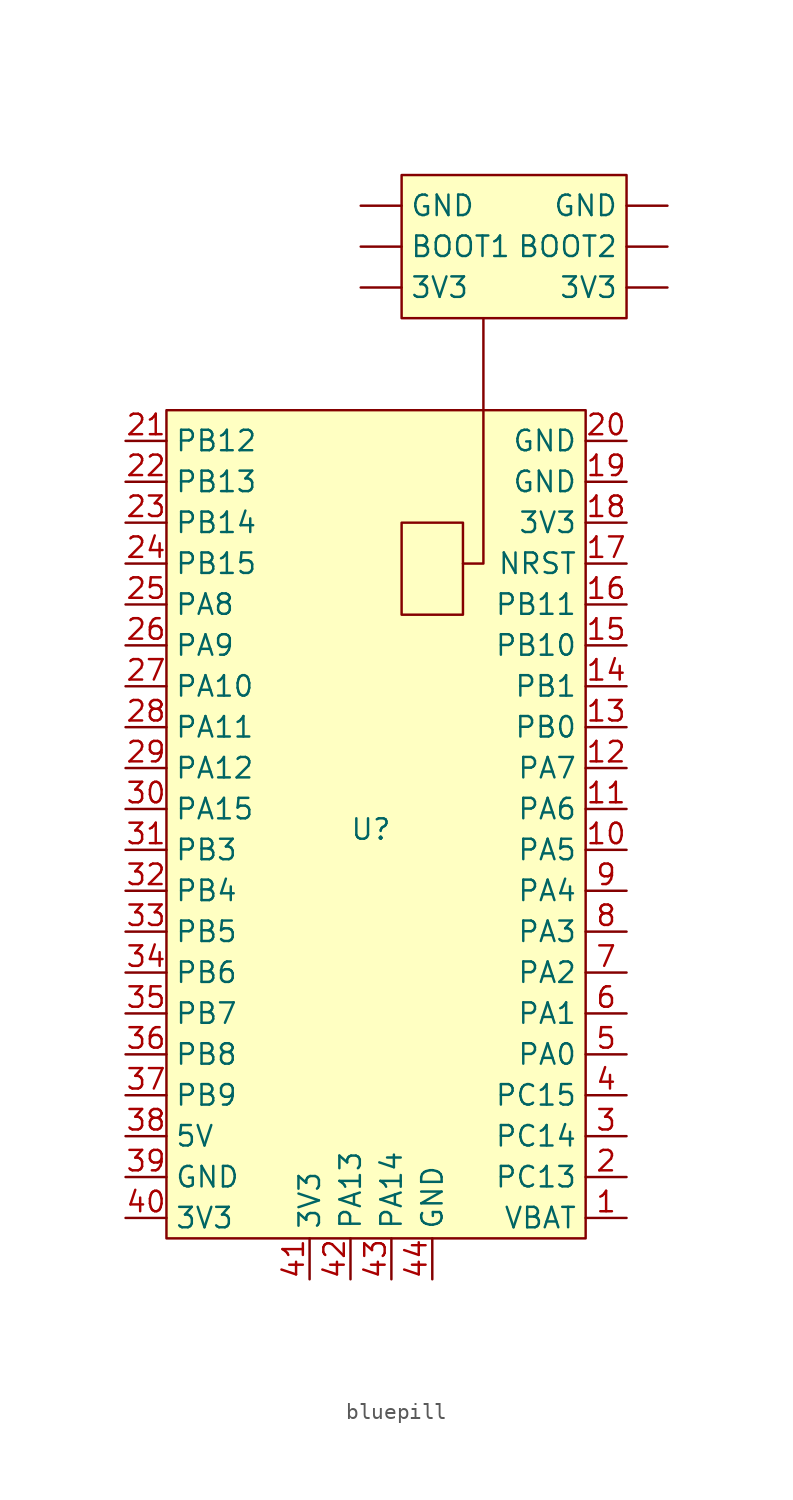
<source format=kicad_sym>
(kicad_symbol_lib
  (version 20241209)
  (generator "kicad_symbol_editor")
  (generator_version "9.0")
  (symbol "bluepill"
    (property "Reference" "U"
      (at 0 0 0)
      (effects (font (size 1.27 1.27))))
    (property "Value" ""
      (at 0 0 0)
      (effects (font (size 1.27 1.27))))
    (symbol "bluepill_0_1"
      (rectangle (start -12.7 26.035) (end 13.335 -25.4) (stroke (width 0) (type default)) (fill (type background)))
      (rectangle (start 1.905 40.64) (end 15.875 31.75) (stroke (width 0) (type default)) (fill (type background)))
      (rectangle (start 1.905 19.05) (end 5.715 13.335) (stroke (width 0) (type default)) (fill (type none)))
      (polyline (pts (xy 5.715 16.51) (xy 6.985 16.51) (xy 6.985 31.75)) (stroke (width 0) (type default)) (fill (type none))))
    (symbol "bluepill_1_1"
      (pin bidirectional line (at -15.24 24.13 0) (length 2.54) (name "PB12" (effects (font (size 1.27 1.27)))) (number "21" (effects (font (size 1.27 1.27)))))
      (pin bidirectional line (at -15.24 21.59 0) (length 2.54) (name "PB13" (effects (font (size 1.27 1.27)))) (number "22" (effects (font (size 1.27 1.27)))))
      (pin bidirectional line (at -15.24 19.05 0) (length 2.54) (name "PB14" (effects (font (size 1.27 1.27)))) (number "23" (effects (font (size 1.27 1.27)))))
      (pin bidirectional line (at -15.24 16.51 0) (length 2.54) (name "PB15" (effects (font (size 1.27 1.27)))) (number "24" (effects (font (size 1.27 1.27)))))
      (pin bidirectional line (at -15.24 13.97 0) (length 2.54) (name "PA8" (effects (font (size 1.27 1.27)))) (number "25" (effects (font (size 1.27 1.27)))))
      (pin bidirectional line (at -15.24 11.43 0) (length 2.54) (name "PA9" (effects (font (size 1.27 1.27)))) (number "26" (effects (font (size 1.27 1.27)))))
      (pin bidirectional line (at -15.24 8.89 0) (length 2.54) (name "PA10" (effects (font (size 1.27 1.27)))) (number "27" (effects (font (size 1.27 1.27)))))
      (pin bidirectional line (at -15.24 6.35 0) (length 2.54) (name "PA11" (effects (font (size 1.27 1.27)))) (number "28" (effects (font (size 1.27 1.27)))))
      (pin bidirectional line (at -15.24 3.81 0) (length 2.54) (name "PA12" (effects (font (size 1.27 1.27)))) (number "29" (effects (font (size 1.27 1.27)))))
      (pin bidirectional line (at -15.24 1.27 0) (length 2.54) (name "PA15" (effects (font (size 1.27 1.27)))) (number "30" (effects (font (size 1.27 1.27)))))
      (pin bidirectional line (at -15.24 -1.27 0) (length 2.54) (name "PB3" (effects (font (size 1.27 1.27)))) (number "31" (effects (font (size 1.27 1.27)))))
      (pin bidirectional line (at -15.24 -3.81 0) (length 2.54) (name "PB4" (effects (font (size 1.27 1.27)))) (number "32" (effects (font (size 1.27 1.27)))))
      (pin bidirectional line (at -15.24 -6.35 0) (length 2.54) (name "PB5" (effects (font (size 1.27 1.27)))) (number "33" (effects (font (size 1.27 1.27)))))
      (pin bidirectional line (at -15.24 -8.89 0) (length 2.54) (name "PB6" (effects (font (size 1.27 1.27)))) (number "34" (effects (font (size 1.27 1.27)))))
      (pin bidirectional line (at -15.24 -11.43 0) (length 2.54) (name "PB7" (effects (font (size 1.27 1.27)))) (number "35" (effects (font (size 1.27 1.27)))))
      (pin bidirectional line (at -15.24 -13.97 0) (length 2.54) (name "PB8" (effects (font (size 1.27 1.27)))) (number "36" (effects (font (size 1.27 1.27)))))
      (pin bidirectional line (at -15.24 -16.51 0) (length 2.54) (name "PB9" (effects (font (size 1.27 1.27)))) (number "37" (effects (font (size 1.27 1.27)))))
      (pin passive line (at -15.24 -19.05 0) (length 2.54) (name "5V" (effects (font (size 1.27 1.27)))) (number "38" (effects (font (size 1.27 1.27)))))
      (pin passive line (at -15.24 -21.59 0) (length 2.54) (name "GND" (effects (font (size 1.27 1.27)))) (number "39" (effects (font (size 1.27 1.27)))))
      (pin passive line (at -15.24 -24.13 0) (length 2.54) (name "3V3" (effects (font (size 1.27 1.27)))) (number "40" (effects (font (size 1.27 1.27)))))
      (pin passive line (at -3.81 -27.94 90) (length 2.54) (name "3V3" (effects (font (size 1.27 1.27)))) (number "41" (effects (font (size 1.27 1.27)))))
      (pin bidirectional line (at -1.27 -27.94 90) (length 2.54) (name "PA13" (effects (font (size 1.27 1.27)))) (number "42" (effects (font (size 1.27 1.27)))))
      (pin passive line (at -0.635 38.735 0) (length 2.54) (name "GND" (effects (font (size 1.27 1.27)))) (number "" (effects (font (size 1.27 1.27)))))
      (pin passive line (at -0.635 36.195 0) (length 2.54) (name "BOOT1" (effects (font (size 1.27 1.27)))) (number "" (effects (font (size 1.27 1.27)))))
      (pin passive line (at -0.635 33.655 0) (length 2.54) (name "3V3" (effects (font (size 1.27 1.27)))) (number "" (effects (font (size 1.27 1.27)))))
      (pin bidirectional line (at 1.27 -27.94 90) (length 2.54) (name "PA14" (effects (font (size 1.27 1.27)))) (number "43" (effects (font (size 1.27 1.27)))))
      (pin passive line (at 3.81 -27.94 90) (length 2.54) (name "GND" (effects (font (size 1.27 1.27)))) (number "44" (effects (font (size 1.27 1.27)))))
      (pin passive line (at 15.875 24.13 180) (length 2.54) (name "GND" (effects (font (size 1.27 1.27)))) (number "20" (effects (font (size 1.27 1.27)))))
      (pin passive line (at 15.875 21.59 180) (length 2.54) (name "GND" (effects (font (size 1.27 1.27)))) (number "19" (effects (font (size 1.27 1.27)))))
      (pin passive line (at 15.875 19.05 180) (length 2.54) (name "3V3" (effects (font (size 1.27 1.27)))) (number "18" (effects (font (size 1.27 1.27)))))
      (pin bidirectional line (at 15.875 16.51 180) (length 2.54) (name "NRST" (effects (font (size 1.27 1.27)))) (number "17" (effects (font (size 1.27 1.27)))))
      (pin bidirectional line (at 15.875 13.97 180) (length 2.54) (name "PB11" (effects (font (size 1.27 1.27)))) (number "16" (effects (font (size 1.27 1.27)))))
      (pin bidirectional line (at 15.875 11.43 180) (length 2.54) (name "PB10" (effects (font (size 1.27 1.27)))) (number "15" (effects (font (size 1.27 1.27)))))
      (pin bidirectional line (at 15.875 8.89 180) (length 2.54) (name "PB1" (effects (font (size 1.27 1.27)))) (number "14" (effects (font (size 1.27 1.27)))))
      (pin bidirectional line (at 15.875 6.35 180) (length 2.54) (name "PB0" (effects (font (size 1.27 1.27)))) (number "13" (effects (font (size 1.27 1.27)))))
      (pin bidirectional line (at 15.875 3.81 180) (length 2.54) (name "PA7" (effects (font (size 1.27 1.27)))) (number "12" (effects (font (size 1.27 1.27)))))
      (pin bidirectional line (at 15.875 1.27 180) (length 2.54) (name "PA6" (effects (font (size 1.27 1.27)))) (number "11" (effects (font (size 1.27 1.27)))))
      (pin bidirectional line (at 15.875 -1.27 180) (length 2.54) (name "PA5" (effects (font (size 1.27 1.27)))) (number "10" (effects (font (size 1.27 1.27)))))
      (pin bidirectional line (at 15.875 -3.81 180) (length 2.54) (name "PA4" (effects (font (size 1.27 1.27)))) (number "9" (effects (font (size 1.27 1.27)))))
      (pin bidirectional line (at 15.875 -6.35 180) (length 2.54) (name "PA3" (effects (font (size 1.27 1.27)))) (number "8" (effects (font (size 1.27 1.27)))))
      (pin bidirectional line (at 15.875 -8.89 180) (length 2.54) (name "PA2" (effects (font (size 1.27 1.27)))) (number "7" (effects (font (size 1.27 1.27)))))
      (pin bidirectional line (at 15.875 -11.43 180) (length 2.54) (name "PA1" (effects (font (size 1.27 1.27)))) (number "6" (effects (font (size 1.27 1.27)))))
      (pin bidirectional line (at 15.875 -13.97 180) (length 2.54) (name "PA0" (effects (font (size 1.27 1.27)))) (number "5" (effects (font (size 1.27 1.27)))))
      (pin bidirectional line (at 15.875 -16.51 180) (length 2.54) (name "PC15" (effects (font (size 1.27 1.27)))) (number "4" (effects (font (size 1.27 1.27)))))
      (pin bidirectional line (at 15.875 -19.05 180) (length 2.54) (name "PC14" (effects (font (size 1.27 1.27)))) (number "3" (effects (font (size 1.27 1.27)))))
      (pin bidirectional line (at 15.875 -21.59 180) (length 2.54) (name "PC13" (effects (font (size 1.27 1.27)))) (number "2" (effects (font (size 1.27 1.27)))))
      (pin bidirectional line (at 15.875 -24.13 180) (length 2.54) (name "VBAT" (effects (font (size 1.27 1.27)))) (number "1" (effects (font (size 1.27 1.27)))))
      (pin passive line (at 18.415 38.735 180) (length 2.54) (name "GND" (effects (font (size 1.27 1.27)))) (number "" (effects (font (size 1.27 1.27)))))
      (pin passive line (at 18.415 36.195 180) (length 2.54) (name "BOOT2" (effects (font (size 1.27 1.27)))) (number "" (effects (font (size 1.27 1.27)))))
      (pin passive line (at 18.415 33.655 180) (length 2.54) (name "3V3" (effects (font (size 1.27 1.27)))) (number "" (effects (font (size 1.27 1.27))))))))
</source>
